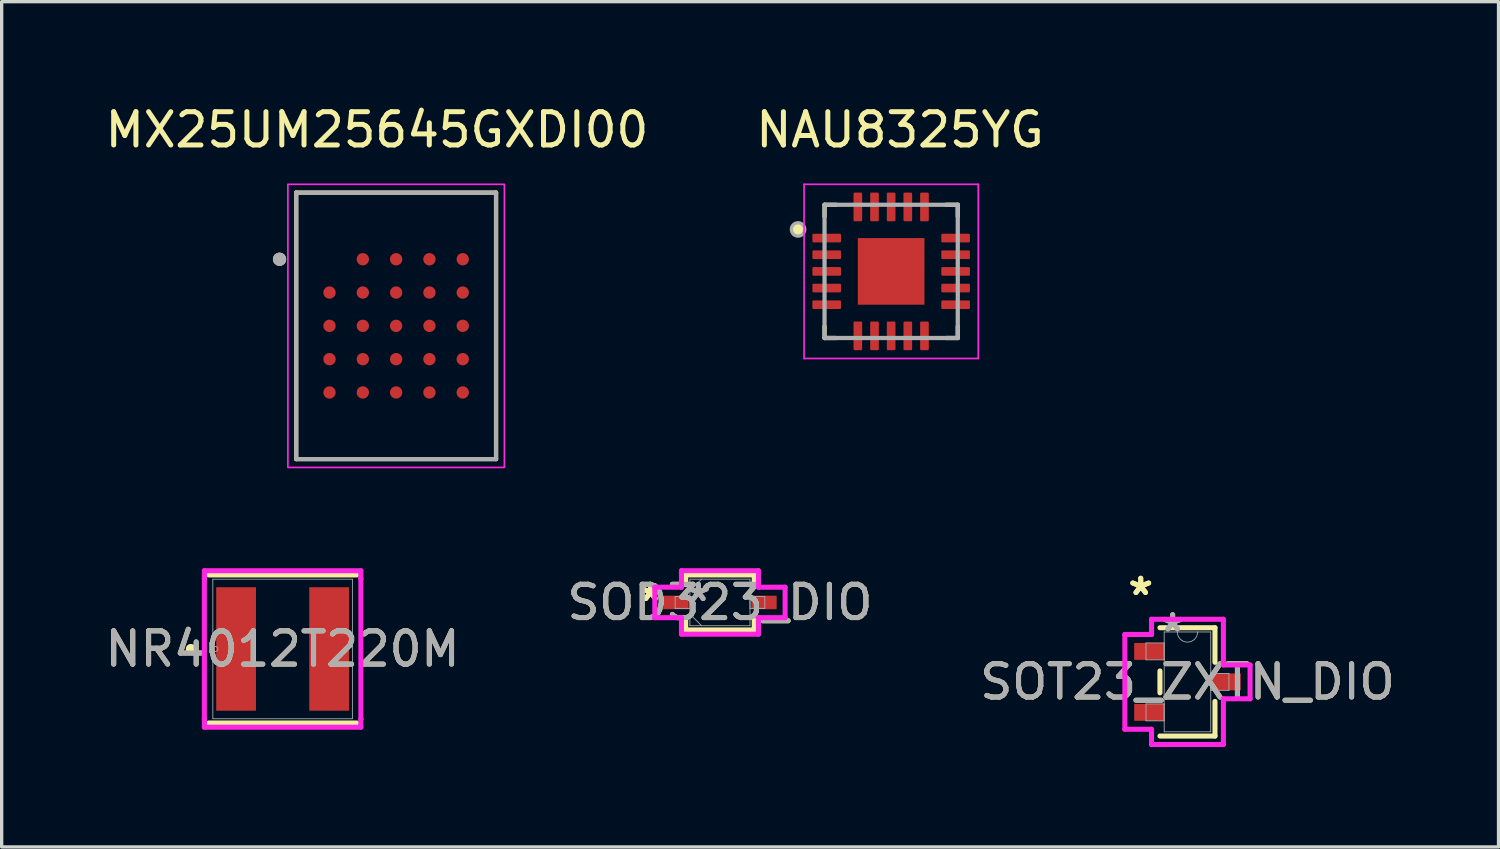
<source format=kicad_pcb>
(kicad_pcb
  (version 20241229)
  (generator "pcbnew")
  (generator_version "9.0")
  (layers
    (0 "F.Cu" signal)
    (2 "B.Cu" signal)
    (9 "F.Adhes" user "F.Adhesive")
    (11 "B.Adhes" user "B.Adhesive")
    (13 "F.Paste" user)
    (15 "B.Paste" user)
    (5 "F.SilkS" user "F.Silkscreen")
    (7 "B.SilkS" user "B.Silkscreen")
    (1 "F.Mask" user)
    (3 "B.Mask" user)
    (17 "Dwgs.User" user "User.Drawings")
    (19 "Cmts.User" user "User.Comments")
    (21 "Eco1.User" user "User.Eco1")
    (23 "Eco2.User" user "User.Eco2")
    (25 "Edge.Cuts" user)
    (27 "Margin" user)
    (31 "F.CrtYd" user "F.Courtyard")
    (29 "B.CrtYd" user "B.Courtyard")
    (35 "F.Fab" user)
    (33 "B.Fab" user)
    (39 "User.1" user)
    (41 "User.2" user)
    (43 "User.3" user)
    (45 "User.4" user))
  (footprint "SOD323_DIO"
    (layer "F.Cu")
    (at 18.565 15.037)
    (property "Reference" "SOD323_DIO" (at 0 0 0) (unlocked yes) (layer "F.SilkS") (effects (font (size 1 1) (thickness 0.15))))
    (attr smd)
    (fp_line (start -1.029 -0.826) (end -1.029 -0.536) (stroke (width 0.152) (type solid)) (layer "F.SilkS"))
    (fp_line (start -1.029 0.536) (end -1.029 0.826) (stroke (width 0.152) (type solid)) (layer "F.SilkS"))
    (fp_line (start -1.029 0.826) (end 1.029 0.826) (stroke (width 0.152) (type solid)) (layer "F.SilkS"))
    (fp_line (start 1.029 -0.826) (end -1.029 -0.826) (stroke (width 0.152) (type solid)) (layer "F.SilkS"))
    (fp_line (start 1.029 -0.536) (end 1.029 -0.826) (stroke (width 0.152) (type solid)) (layer "F.SilkS"))
    (fp_line (start 1.029 0.826) (end 1.029 0.536) (stroke (width 0.152) (type solid)) (layer "F.SilkS"))
    (fp_line (start -1.956 -0.457) (end -1.156 -0.457) (stroke (width 0.152) (type solid)) (layer "F.CrtYd"))
    (fp_line (start -1.956 0.457) (end -1.956 -0.457) (stroke (width 0.152) (type solid)) (layer "F.CrtYd"))
    (fp_line (start -1.156 -0.953) (end 1.156 -0.953) (stroke (width 0.152) (type solid)) (layer "F.CrtYd"))
    (fp_line (start -1.156 -0.457) (end -1.156 -0.953) (stroke (width 0.152) (type solid)) (layer "F.CrtYd"))
    (fp_line (start -1.156 0.457) (end -1.956 0.457) (stroke (width 0.152) (type solid)) (layer "F.CrtYd"))
    (fp_line (start -1.156 0.953) (end -1.156 0.457) (stroke (width 0.152) (type solid)) (layer "F.CrtYd"))
    (fp_line (start 1.156 -0.953) (end 1.156 -0.457) (stroke (width 0.152) (type solid)) (layer "F.CrtYd"))
    (fp_line (start 1.156 -0.457) (end 1.956 -0.457) (stroke (width 0.152) (type solid)) (layer "F.CrtYd"))
    (fp_line (start 1.156 0.457) (end 1.156 0.953) (stroke (width 0.152) (type solid)) (layer "F.CrtYd"))
    (fp_line (start 1.156 0.953) (end -1.156 0.953) (stroke (width 0.152) (type solid)) (layer "F.CrtYd"))
    (fp_line (start 1.956 -0.457) (end 1.956 0.457) (stroke (width 0.152) (type solid)) (layer "F.CrtYd"))
    (fp_line (start 1.956 0.457) (end 1.156 0.457) (stroke (width 0.152) (type solid)) (layer "F.CrtYd"))
    (fp_line (start -1.346 -0.178) (end -1.346 0.178) (stroke (width 0.025) (type solid)) (layer "F.Fab"))
    (fp_line (start -1.346 0.178) (end -0.902 0.178) (stroke (width 0.025) (type solid)) (layer "F.Fab"))
    (fp_line (start -0.902 -0.699) (end -0.902 0.699) (stroke (width 0.025) (type solid)) (layer "F.Fab"))
    (fp_line (start -0.902 -0.349) (end -0.552 -0.699) (stroke (width 0.025) (type solid)) (layer "F.Fab"))
    (fp_line (start -0.902 -0.178) (end -1.346 -0.178) (stroke (width 0.025) (type solid)) (layer "F.Fab"))
    (fp_line (start -0.902 0.178) (end -0.902 -0.178) (stroke (width 0.025) (type solid)) (layer "F.Fab"))
    (fp_line (start -0.902 0.349) (end -0.552 0.699) (stroke (width 0.025) (type solid)) (layer "F.Fab"))
    (fp_line (start -0.902 0.699) (end 0.902 0.699) (stroke (width 0.025) (type solid)) (layer "F.Fab"))
    (fp_line (start 0.902 -0.699) (end -0.902 -0.699) (stroke (width 0.025) (type solid)) (layer "F.Fab"))
    (fp_line (start 0.902 -0.178) (end 0.902 0.178) (stroke (width 0.025) (type solid)) (layer "F.Fab"))
    (fp_line (start 0.902 0.178) (end 1.346 0.178) (stroke (width 0.025) (type solid)) (layer "F.Fab"))
    (fp_line (start 0.902 0.699) (end 0.902 -0.699) (stroke (width 0.025) (type solid)) (layer "F.Fab"))
    (fp_line (start 1.346 -0.178) (end 0.902 -0.178) (stroke (width 0.025) (type solid)) (layer "F.Fab"))
    (fp_line (start 1.346 0.178) (end 1.346 -0.178) (stroke (width 0.025) (type solid)) (layer "F.Fab"))
    (fp_text user "*" (at -2.083 0 0) (unlocked yes) (layer "F.SilkS") (effects (font (size 1 1) (thickness 0.15))))
    (fp_text user "*" (at -2.083 0 0) (layer "F.SilkS") (effects (font (size 1 1) (thickness 0.15))))
    (fp_text user "*" (at -0.648 0 0) (layer "F.Fab") (effects (font (size 1 1) (thickness 0.15))))
    (fp_text user "${REFERENCE}" (at 0 0 0) (unlocked yes) (layer "F.Fab") (effects (font (size 1 1) (thickness 0.15))))
    (fp_text user "*" (at -0.648 0 0) (unlocked yes) (layer "F.Fab") (effects (font (size 1 1) (thickness 0.15))))
    (pad "1" smd rect (at -1.321 0) (size 0.762 0.406) (layers "F.Cu" "F.Mask" "F.Paste"))
    (pad "2" smd rect (at 1.321 0) (size 0.762 0.406) (layers "F.Cu" "F.Mask" "F.Paste")))
  (footprint "NAU8325YG"
    (layer "F.Cu")
    (at 23.705 5.098)
    (property "Reference" "NAU8325YG" (at 0.265 -4.25 0) (layer "F.SilkS") (effects (font (size 1 1) (thickness 0.15))))
    (attr smd)
    (fp_line (start -2 -2) (end -2 -1.65) (stroke (width 0.127) (type solid)) (layer "F.SilkS"))
    (fp_line (start -2 -2) (end -1.65 -2) (stroke (width 0.127) (type solid)) (layer "F.SilkS"))
    (fp_line (start -2 2) (end -2 1.65) (stroke (width 0.127) (type solid)) (layer "F.SilkS"))
    (fp_line (start -2 2) (end -1.65 2) (stroke (width 0.127) (type solid)) (layer "F.SilkS"))
    (fp_line (start 2 -2) (end 1.65 -2) (stroke (width 0.127) (type solid)) (layer "F.SilkS"))
    (fp_line (start 2 -2) (end 2 -1.65) (stroke (width 0.127) (type solid)) (layer "F.SilkS"))
    (fp_line (start 2 2) (end 1.65 2) (stroke (width 0.127) (type solid)) (layer "F.SilkS"))
    (fp_line (start 2 2) (end 2 1.65) (stroke (width 0.127) (type solid)) (layer "F.SilkS"))
    (fp_circle (center -2.795 -1.26) (end -2.595 -1.26) (stroke (width 0) (type solid)) (fill yes) (layer "F.SilkS"))
    (fp_poly (pts (xy -0.87 -0.87) (xy -0.13 -0.87) (xy -0.13 -0.13) (xy -0.87 -0.13)) (stroke (width 0.01) (type solid)) (fill yes) (layer "F.Paste"))
    (fp_poly (pts (xy -0.87 0.13) (xy -0.13 0.13) (xy -0.13 0.87) (xy -0.87 0.87)) (stroke (width 0.01) (type solid)) (fill yes) (layer "F.Paste"))
    (fp_poly (pts (xy 0.13 -0.87) (xy 0.87 -0.87) (xy 0.87 -0.13) (xy 0.13 -0.13)) (stroke (width 0.01) (type solid)) (fill yes) (layer "F.Paste"))
    (fp_poly (pts (xy 0.13 0.13) (xy 0.87 0.13) (xy 0.87 0.87) (xy 0.13 0.87)) (stroke (width 0.01) (type solid)) (fill yes) (layer "F.Paste"))
    (fp_line (start -2.615 -2.615) (end 2.615 -2.615) (stroke (width 0.05) (type solid)) (layer "F.CrtYd"))
    (fp_line (start -2.615 2.615) (end -2.615 -2.615) (stroke (width 0.05) (type solid)) (layer "F.CrtYd"))
    (fp_line (start -2.615 2.615) (end 2.615 2.615) (stroke (width 0.05) (type solid)) (layer "F.CrtYd"))
    (fp_line (start 2.615 2.615) (end 2.615 -2.615) (stroke (width 0.05) (type solid)) (layer "F.CrtYd"))
    (fp_line (start -2 2) (end -2 -2) (stroke (width 0.127) (type solid)) (layer "F.Fab"))
    (fp_line (start 2 -2) (end -2 -2) (stroke (width 0.127) (type solid)) (layer "F.Fab"))
    (fp_line (start 2 2) (end -2 2) (stroke (width 0.127) (type solid)) (layer "F.Fab"))
    (fp_line (start 2 2) (end 2 -2) (stroke (width 0.127) (type solid)) (layer "F.Fab"))
    (fp_circle (center -2.795 -1.26) (end -2.595 -1.26) (stroke (width 0.1) (type solid)) (fill no) (layer "F.Fab"))
    (pad "1" smd roundrect (at -1.935 -1) (size 0.86 0.26) (layers "F.Cu" "F.Mask" "F.Paste") (roundrect_rratio 0.125))
    (pad "2" smd roundrect (at -1.935 -0.5) (size 0.86 0.26) (layers "F.Cu" "F.Mask" "F.Paste") (roundrect_rratio 0.125))
    (pad "3" smd roundrect (at -1.935 0) (size 0.86 0.26) (layers "F.Cu" "F.Mask" "F.Paste") (roundrect_rratio 0.125))
    (pad "4" smd roundrect (at -1.935 0.5) (size 0.86 0.26) (layers "F.Cu" "F.Mask" "F.Paste") (roundrect_rratio 0.125))
    (pad "5" smd roundrect (at -1.935 1) (size 0.86 0.26) (layers "F.Cu" "F.Mask" "F.Paste") (roundrect_rratio 0.125))
    (pad "6" smd roundrect (at -1 1.935) (size 0.26 0.86) (layers "F.Cu" "F.Mask" "F.Paste") (roundrect_rratio 0.125))
    (pad "7" smd roundrect (at -0.5 1.935) (size 0.26 0.86) (layers "F.Cu" "F.Mask" "F.Paste") (roundrect_rratio 0.125))
    (pad "8" smd roundrect (at 0 1.935) (size 0.26 0.86) (layers "F.Cu" "F.Mask" "F.Paste") (roundrect_rratio 0.125))
    (pad "9" smd roundrect (at 0.5 1.935) (size 0.26 0.86) (layers "F.Cu" "F.Mask" "F.Paste") (roundrect_rratio 0.125))
    (pad "10" smd roundrect (at 1 1.935) (size 0.26 0.86) (layers "F.Cu" "F.Mask" "F.Paste") (roundrect_rratio 0.125))
    (pad "11" smd roundrect (at 1.935 1) (size 0.86 0.26) (layers "F.Cu" "F.Mask" "F.Paste") (roundrect_rratio 0.125))
    (pad "12" smd roundrect (at 1.935 0.5) (size 0.86 0.26) (layers "F.Cu" "F.Mask" "F.Paste") (roundrect_rratio 0.125))
    (pad "13" smd roundrect (at 1.935 0) (size 0.86 0.26) (layers "F.Cu" "F.Mask" "F.Paste") (roundrect_rratio 0.125))
    (pad "14" smd roundrect (at 1.935 -0.5) (size 0.86 0.26) (layers "F.Cu" "F.Mask" "F.Paste") (roundrect_rratio 0.125))
    (pad "15" smd roundrect (at 1.935 -1) (size 0.86 0.26) (layers "F.Cu" "F.Mask" "F.Paste") (roundrect_rratio 0.125))
    (pad "16" smd roundrect (at 1 -1.935) (size 0.26 0.86) (layers "F.Cu" "F.Mask" "F.Paste") (roundrect_rratio 0.125))
    (pad "17" smd roundrect (at 0.5 -1.935) (size 0.26 0.86) (layers "F.Cu" "F.Mask" "F.Paste") (roundrect_rratio 0.125))
    (pad "18" smd roundrect (at 0 -1.935) (size 0.26 0.86) (layers "F.Cu" "F.Mask" "F.Paste") (roundrect_rratio 0.125))
    (pad "19" smd roundrect (at -0.5 -1.935) (size 0.26 0.86) (layers "F.Cu" "F.Mask" "F.Paste") (roundrect_rratio 0.125))
    (pad "20" smd roundrect (at -1 -1.935) (size 0.26 0.86) (layers "F.Cu" "F.Mask" "F.Paste") (roundrect_rratio 0.125))
    (pad "21" smd rect (at 0 0) (size 2 2) (layers "F.Cu" "F.Mask")))
  (footprint "SOT23_ZXTN_DIO"
    (layer "F.Cu")
    (at 32.601 17.422)
    (property "Reference" "SOT23_ZXTN_DIO" (at 0 0 0) (unlocked yes) (layer "F.SilkS") (effects (font (size 1 1) (thickness 0.15))))
    (attr smd)
    (fp_line (start -0.826 -0.328) (end -0.826 0.328) (stroke (width 0.152) (type solid)) (layer "F.SilkS"))
    (fp_line (start -0.826 1.626) (end 0.826 1.626) (stroke (width 0.152) (type solid)) (layer "F.SilkS"))
    (fp_line (start 0.826 -1.626) (end -0.826 -1.626) (stroke (width 0.152) (type solid)) (layer "F.SilkS"))
    (fp_line (start 0.826 -0.587) (end 0.826 -1.626) (stroke (width 0.152) (type solid)) (layer "F.SilkS"))
    (fp_line (start 0.826 1.626) (end 0.826 0.587) (stroke (width 0.152) (type solid)) (layer "F.SilkS"))
    (fp_line (start -1.88 -1.423) (end -1.079 -1.423) (stroke (width 0.152) (type solid)) (layer "F.CrtYd"))
    (fp_line (start -1.88 1.423) (end -1.88 -1.423) (stroke (width 0.152) (type solid)) (layer "F.CrtYd"))
    (fp_line (start -1.079 -1.88) (end 1.079 -1.88) (stroke (width 0.152) (type solid)) (layer "F.CrtYd"))
    (fp_line (start -1.079 -1.423) (end -1.079 -1.88) (stroke (width 0.152) (type solid)) (layer "F.CrtYd"))
    (fp_line (start -1.079 1.423) (end -1.88 1.423) (stroke (width 0.152) (type solid)) (layer "F.CrtYd"))
    (fp_line (start -1.079 1.88) (end -1.079 1.423) (stroke (width 0.152) (type solid)) (layer "F.CrtYd"))
    (fp_line (start 1.079 -1.88) (end 1.079 -0.508) (stroke (width 0.152) (type solid)) (layer "F.CrtYd"))
    (fp_line (start 1.079 -0.508) (end 1.88 -0.508) (stroke (width 0.152) (type solid)) (layer "F.CrtYd"))
    (fp_line (start 1.079 0.508) (end 1.079 1.88) (stroke (width 0.152) (type solid)) (layer "F.CrtYd"))
    (fp_line (start 1.079 1.88) (end -1.079 1.88) (stroke (width 0.152) (type solid)) (layer "F.CrtYd"))
    (fp_line (start 1.88 -0.508) (end 1.88 0.508) (stroke (width 0.152) (type solid)) (layer "F.CrtYd"))
    (fp_line (start 1.88 0.508) (end 1.079 0.508) (stroke (width 0.152) (type solid)) (layer "F.CrtYd"))
    (fp_line (start -1.245 -1.169) (end -1.245 -0.661) (stroke (width 0.025) (type solid)) (layer "F.Fab"))
    (fp_line (start -1.245 -0.661) (end -0.699 -0.661) (stroke (width 0.025) (type solid)) (layer "F.Fab"))
    (fp_line (start -1.245 0.661) (end -1.245 1.169) (stroke (width 0.025) (type solid)) (layer "F.Fab"))
    (fp_line (start -1.245 1.169) (end -0.699 1.169) (stroke (width 0.025) (type solid)) (layer "F.Fab"))
    (fp_line (start -0.699 -1.499) (end -0.699 1.499) (stroke (width 0.025) (type solid)) (layer "F.Fab"))
    (fp_line (start -0.699 -1.169) (end -1.245 -1.169) (stroke (width 0.025) (type solid)) (layer "F.Fab"))
    (fp_line (start -0.699 -0.661) (end -0.699 -1.169) (stroke (width 0.025) (type solid)) (layer "F.Fab"))
    (fp_line (start -0.699 0.661) (end -1.245 0.661) (stroke (width 0.025) (type solid)) (layer "F.Fab"))
    (fp_line (start -0.699 1.169) (end -0.699 0.661) (stroke (width 0.025) (type solid)) (layer "F.Fab"))
    (fp_line (start -0.699 1.499) (end 0.699 1.499) (stroke (width 0.025) (type solid)) (layer "F.Fab"))
    (fp_line (start 0.699 -1.499) (end -0.699 -1.499) (stroke (width 0.025) (type solid)) (layer "F.Fab"))
    (fp_line (start 0.699 -0.254) (end 0.699 0.254) (stroke (width 0.025) (type solid)) (layer "F.Fab"))
    (fp_line (start 0.699 0.254) (end 1.245 0.254) (stroke (width 0.025) (type solid)) (layer "F.Fab"))
    (fp_line (start 0.699 1.499) (end 0.699 -1.499) (stroke (width 0.025) (type solid)) (layer "F.Fab"))
    (fp_line (start 1.245 -0.254) (end 0.699 -0.254) (stroke (width 0.025) (type solid)) (layer "F.Fab"))
    (fp_line (start 1.245 0.254) (end 1.245 -0.254) (stroke (width 0.025) (type solid)) (layer "F.Fab"))
    (fp_arc (start 0.3048 -1.4986) (mid 0 -1.1938) (end -0.3048 -1.4986) (stroke (width 0.0254) (type solid)) (layer "F.Fab"))
    (fp_text user "*" (at -1.403 -2.566 0) (layer "F.SilkS") (effects (font (size 1 1) (thickness 0.15))))
    (fp_text user "*" (at -1.403 -2.566 0) (unlocked yes) (layer "F.SilkS") (effects (font (size 1 1) (thickness 0.15))))
    (fp_text user "*" (at -0.445 -1.474 0) (unlocked yes) (layer "F.Fab") (effects (font (size 1 1) (thickness 0.15))))
    (fp_text user "${REFERENCE}" (at 0 0 0) (unlocked yes) (layer "F.Fab") (effects (font (size 1 1) (thickness 0.15))))
    (fp_text user "*" (at -0.445 -1.474 0) (layer "F.Fab") (effects (font (size 1 1) (thickness 0.15))))
    (pad "1" smd rect (at -1.149 -0.915) (size 0.902 0.508) (layers "F.Cu" "F.Mask" "F.Paste"))
    (pad "2" smd rect (at -1.149 0.915) (size 0.902 0.508) (layers "F.Cu" "F.Mask" "F.Paste"))
    (pad "3" smd rect (at 1.149 0) (size 0.902 0.508) (layers "F.Cu" "F.Mask" "F.Paste")))
  (footprint "MX25UM25645GXDI00"
    (layer "F.Cu")
    (at 8.843 6.733)
    (property "Reference" "MX25UM25645GXDI00" (at -0.575 -5.885 0) (layer "F.SilkS") (effects (font (size 1 1) (thickness 0.15))))
    (attr smd)
    (fp_line (start -3 -4) (end -3 4) (stroke (width 0.127) (type solid)) (layer "F.SilkS"))
    (fp_line (start -3 4) (end 3 4) (stroke (width 0.127) (type solid)) (layer "F.SilkS"))
    (fp_line (start 3 -4) (end -3 -4) (stroke (width 0.127) (type solid)) (layer "F.SilkS"))
    (fp_line (start 3 4) (end 3 -4) (stroke (width 0.127) (type solid)) (layer "F.SilkS"))
    (fp_circle (center -3.5 -2) (end -3.4 -2) (stroke (width 0.2) (type solid)) (fill no) (layer "F.SilkS"))
    (fp_rect (start -3.25 -4.25) (end 3.25 4.25) (stroke (width 0.05) (type solid)) (fill no) (layer "F.CrtYd"))
    (fp_line (start -3 4) (end -3 -4) (stroke (width 0.127) (type solid)) (layer "F.Fab"))
    (fp_line (start 3 -4) (end -3 -4) (stroke (width 0.127) (type solid)) (layer "F.Fab"))
    (fp_line (start 3 4) (end -3 4) (stroke (width 0.127) (type solid)) (layer "F.Fab"))
    (fp_line (start 3 4) (end 3 -4) (stroke (width 0.127) (type solid)) (layer "F.Fab"))
    (fp_circle (center -3.5 -2) (end -3.4 -2) (stroke (width 0.2) (type solid)) (fill no) (layer "F.Fab"))
    (pad "A2" smd circle (at -1 -2) (size 0.37 0.37) (layers "F.Cu" "F.Mask" "F.Paste"))
    (pad "A3" smd circle (at 0 -2) (size 0.37 0.37) (layers "F.Cu" "F.Mask" "F.Paste"))
    (pad "A4" smd circle (at 1 -2) (size 0.37 0.37) (layers "F.Cu" "F.Mask" "F.Paste"))
    (pad "A5" smd circle (at 2 -2) (size 0.37 0.37) (layers "F.Cu" "F.Mask" "F.Paste"))
    (pad "B1" smd circle (at -2 -1) (size 0.37 0.37) (layers "F.Cu" "F.Mask" "F.Paste"))
    (pad "B2" smd circle (at -1 -1) (size 0.37 0.37) (layers "F.Cu" "F.Mask" "F.Paste"))
    (pad "B3" smd circle (at 0 -1) (size 0.37 0.37) (layers "F.Cu" "F.Mask" "F.Paste"))
    (pad "B4" smd circle (at 1 -1) (size 0.37 0.37) (layers "F.Cu" "F.Mask" "F.Paste"))
    (pad "B5" smd circle (at 2 -1) (size 0.37 0.37) (layers "F.Cu" "F.Mask" "F.Paste"))
    (pad "C1" smd circle (at -2 0) (size 0.37 0.37) (layers "F.Cu" "F.Mask" "F.Paste"))
    (pad "C2" smd circle (at -1 0) (size 0.37 0.37) (layers "F.Cu" "F.Mask" "F.Paste"))
    (pad "C3" smd circle (at 0 0) (size 0.37 0.37) (layers "F.Cu" "F.Mask" "F.Paste"))
    (pad "C4" smd circle (at 1 0) (size 0.37 0.37) (layers "F.Cu" "F.Mask" "F.Paste"))
    (pad "C5" smd circle (at 2 0) (size 0.37 0.37) (layers "F.Cu" "F.Mask" "F.Paste"))
    (pad "D1" smd circle (at -2 1) (size 0.37 0.37) (layers "F.Cu" "F.Mask" "F.Paste"))
    (pad "D2" smd circle (at -1 1) (size 0.37 0.37) (layers "F.Cu" "F.Mask" "F.Paste"))
    (pad "D3" smd circle (at 0 1) (size 0.37 0.37) (layers "F.Cu" "F.Mask" "F.Paste"))
    (pad "D4" smd circle (at 1 1) (size 0.37 0.37) (layers "F.Cu" "F.Mask" "F.Paste"))
    (pad "D5" smd circle (at 2 1) (size 0.37 0.37) (layers "F.Cu" "F.Mask" "F.Paste"))
    (pad "E1" smd circle (at -2 2) (size 0.37 0.37) (layers "F.Cu" "F.Mask" "F.Paste"))
    (pad "E2" smd circle (at -1 2) (size 0.37 0.37) (layers "F.Cu" "F.Mask" "F.Paste"))
    (pad "E3" smd circle (at 0 2) (size 0.37 0.37) (layers "F.Cu" "F.Mask" "F.Paste"))
    (pad "E4" smd circle (at 1 2) (size 0.37 0.37) (layers "F.Cu" "F.Mask" "F.Paste"))
    (pad "E5" smd circle (at 2 2) (size 0.37 0.37) (layers "F.Cu" "F.Mask" "F.Paste")))
  (footprint "NR4012T220M"
    (layer "F.Cu")
    (at 5.435 16.434)
    (property "Reference" "NR4012T220M" (at 0 0 0) (unlocked yes) (layer "F.SilkS") (effects (font (size 1 1) (thickness 0.15))))
    (attr smd)
    (fp_line (start -2.223 2.223) (end 2.223 2.223) (stroke (width 0.152) (type solid)) (layer "F.SilkS"))
    (fp_line (start 2.223 -2.223) (end -2.223 -2.223) (stroke (width 0.152) (type solid)) (layer "F.SilkS"))
    (fp_circle (center -2.756 0) (end -2.68 0) (stroke (width 0.152) (type solid)) (fill no) (layer "F.SilkS"))
    (fp_line (start -2.349 -2.349) (end 2.349 -2.349) (stroke (width 0.152) (type solid)) (layer "F.CrtYd"))
    (fp_line (start -2.349 -2.108) (end -2.349 -2.349) (stroke (width 0.152) (type solid)) (layer "F.CrtYd"))
    (fp_line (start -2.349 -2.108) (end -2.349 -2.108) (stroke (width 0.152) (type solid)) (layer "F.CrtYd"))
    (fp_line (start -2.349 2.108) (end -2.349 -2.108) (stroke (width 0.152) (type solid)) (layer "F.CrtYd"))
    (fp_line (start -2.349 2.108) (end -2.349 2.108) (stroke (width 0.152) (type solid)) (layer "F.CrtYd"))
    (fp_line (start -2.349 2.349) (end -2.349 2.108) (stroke (width 0.152) (type solid)) (layer "F.CrtYd"))
    (fp_line (start 2.349 -2.349) (end 2.349 -2.108) (stroke (width 0.152) (type solid)) (layer "F.CrtYd"))
    (fp_line (start 2.349 -2.108) (end 2.349 -2.108) (stroke (width 0.152) (type solid)) (layer "F.CrtYd"))
    (fp_line (start 2.349 -2.108) (end 2.349 2.108) (stroke (width 0.152) (type solid)) (layer "F.CrtYd"))
    (fp_line (start 2.349 2.108) (end 2.349 2.108) (stroke (width 0.152) (type solid)) (layer "F.CrtYd"))
    (fp_line (start 2.349 2.108) (end 2.349 2.349) (stroke (width 0.152) (type solid)) (layer "F.CrtYd"))
    (fp_line (start 2.349 2.349) (end -2.349 2.349) (stroke (width 0.152) (type solid)) (layer "F.CrtYd"))
    (fp_line (start -2.095 -2.095) (end -2.095 2.095) (stroke (width 0.025) (type solid)) (layer "F.Fab"))
    (fp_line (start -2.095 2.095) (end 2.095 2.095) (stroke (width 0.025) (type solid)) (layer "F.Fab"))
    (fp_line (start 2.095 -2.095) (end -2.095 -2.095) (stroke (width 0.025) (type solid)) (layer "F.Fab"))
    (fp_line (start 2.095 2.095) (end 2.095 -2.095) (stroke (width 0.025) (type solid)) (layer "F.Fab"))
    (fp_circle (center -2.019 0) (end -1.943 0) (stroke (width 0.025) (type solid)) (fill no) (layer "F.Fab"))
    (fp_text user "${REFERENCE}" (at 0 0 0) (unlocked yes) (layer "F.Fab") (effects (font (size 1 1) (thickness 0.15))))
    (pad "1" smd rect (at -1.397 0) (size 1.194 3.708) (layers "F.Cu" "F.Mask" "F.Paste"))
    (pad "2" smd rect (at 1.397 0) (size 1.194 3.708) (layers "F.Cu" "F.Mask" "F.Paste"))
    (zone (net_name "") (layer "F.Cu") (hatch full 0.508) (connect_pads) (min_thickness 0.254) (filled_areas_thickness no) (keepout (tracks not_allowed) (vias not_allowed) (pads allowed) (copperpour not_allowed) (footprints allowed)) (placement (enabled no)) (fill) (polygon (pts (xy 4.685 14.389) (xy 6.184 14.389) (xy 6.184 18.479) (xy 4.685 18.479)))))
  (gr_rect
    (start -3 -3)
    (end 41.94 22.378)
    (stroke (width 0.1) (type default))
    (fill no)
    (layer "Edge.Cuts")))
</source>
